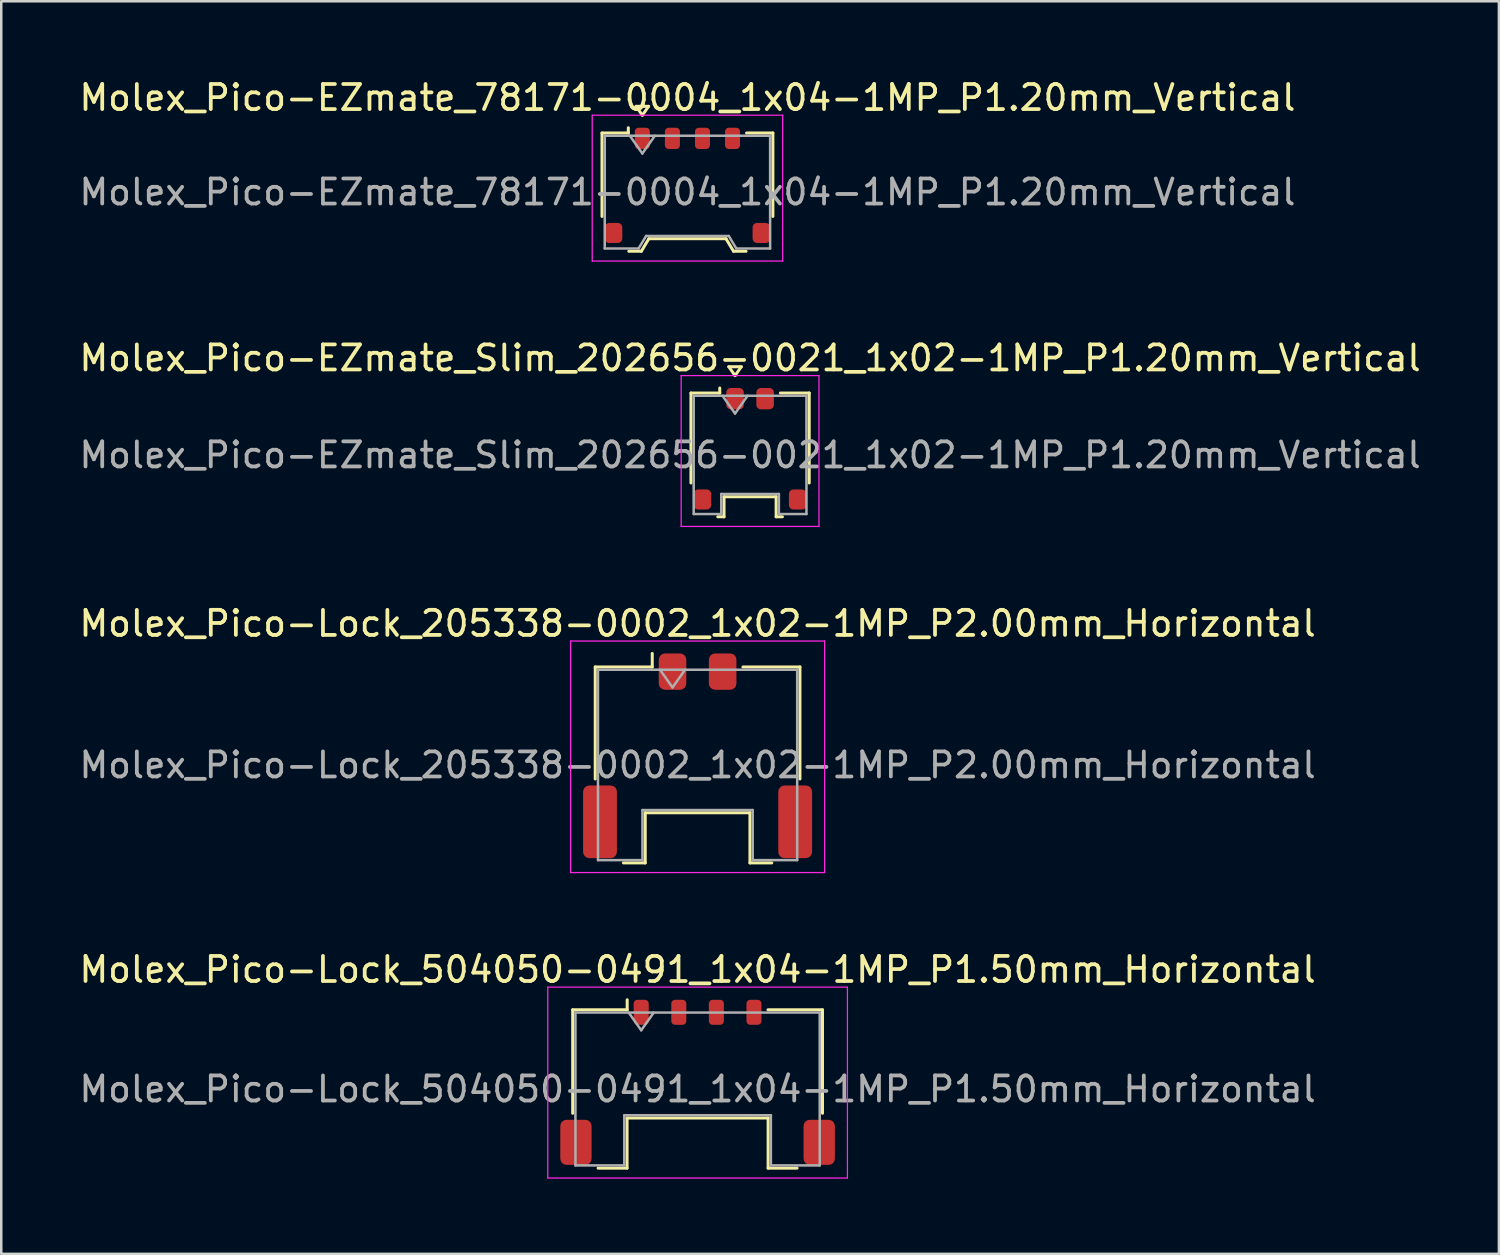
<source format=kicad_pcb>
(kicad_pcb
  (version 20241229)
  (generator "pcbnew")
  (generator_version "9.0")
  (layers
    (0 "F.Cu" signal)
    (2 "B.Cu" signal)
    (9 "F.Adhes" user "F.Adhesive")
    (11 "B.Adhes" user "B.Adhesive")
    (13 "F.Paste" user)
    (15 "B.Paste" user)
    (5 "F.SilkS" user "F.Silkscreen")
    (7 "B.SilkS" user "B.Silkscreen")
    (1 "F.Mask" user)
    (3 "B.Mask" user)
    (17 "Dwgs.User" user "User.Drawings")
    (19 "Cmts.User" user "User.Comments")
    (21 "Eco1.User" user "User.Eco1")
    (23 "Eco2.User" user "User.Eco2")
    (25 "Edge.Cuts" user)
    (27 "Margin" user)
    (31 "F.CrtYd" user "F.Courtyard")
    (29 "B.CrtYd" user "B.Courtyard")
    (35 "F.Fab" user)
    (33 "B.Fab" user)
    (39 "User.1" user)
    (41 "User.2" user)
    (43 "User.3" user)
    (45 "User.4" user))
  (footprint "Molex_Pico-Lock_504050-0491_1x04-1MP_P1.50mm_Horizontal"
    (layer "F.Cu")
    (at 24.792 40.148)
    (property "Reference" "Molex_Pico-Lock_504050-0491_1x04-1MP_P1.50mm_Horizontal" (at 0 -4.5 0) (layer "F.SilkS") (effects (font (size 1 1) (thickness 0.15))))
    (attr smd)
    (fp_line (start -4.985 -2.895) (end -2.81 -2.895) (stroke (width 0.12) (type solid)) (layer "F.SilkS"))
    (fp_line (start -4.985 1.235) (end -4.985 -2.895) (stroke (width 0.12) (type solid)) (layer "F.SilkS"))
    (fp_line (start -3.97 3.425) (end -2.815 3.425) (stroke (width 0.12) (type solid)) (layer "F.SilkS"))
    (fp_line (start -2.815 1.425) (end 2.815 1.425) (stroke (width 0.12) (type solid)) (layer "F.SilkS"))
    (fp_line (start -2.815 3.425) (end -2.815 1.425) (stroke (width 0.12) (type solid)) (layer "F.SilkS"))
    (fp_line (start -2.81 -2.895) (end -2.81 -3.295) (stroke (width 0.12) (type solid)) (layer "F.SilkS"))
    (fp_line (start 2.815 1.425) (end 2.815 3.425) (stroke (width 0.12) (type solid)) (layer "F.SilkS"))
    (fp_line (start 2.815 3.425) (end 3.97 3.425) (stroke (width 0.12) (type solid)) (layer "F.SilkS"))
    (fp_line (start 4.985 -2.895) (end 2.81 -2.895) (stroke (width 0.12) (type solid)) (layer "F.SilkS"))
    (fp_line (start 4.985 1.235) (end 4.985 -2.895) (stroke (width 0.12) (type solid)) (layer "F.SilkS"))
    (fp_line (start -5.98 -3.8) (end -5.98 3.82) (stroke (width 0.05) (type solid)) (layer "F.CrtYd"))
    (fp_line (start -5.98 3.82) (end 5.98 3.82) (stroke (width 0.05) (type solid)) (layer "F.CrtYd"))
    (fp_line (start 5.98 -3.8) (end -5.98 -3.8) (stroke (width 0.05) (type solid)) (layer "F.CrtYd"))
    (fp_line (start 5.98 3.82) (end 5.98 -3.8) (stroke (width 0.05) (type solid)) (layer "F.CrtYd"))
    (fp_line (start -4.875 -2.785) (end -4.875 3.315) (stroke (width 0.1) (type solid)) (layer "F.Fab"))
    (fp_line (start -4.875 -2.785) (end 4.875 -2.785) (stroke (width 0.1) (type solid)) (layer "F.Fab"))
    (fp_line (start -4.875 3.315) (end -2.925 3.315) (stroke (width 0.1) (type solid)) (layer "F.Fab"))
    (fp_line (start -2.925 1.315) (end 2.925 1.315) (stroke (width 0.1) (type solid)) (layer "F.Fab"))
    (fp_line (start -2.925 3.315) (end -2.925 1.315) (stroke (width 0.1) (type solid)) (layer "F.Fab"))
    (fp_line (start -2.75 -2.785) (end -2.25 -2.078) (stroke (width 0.1) (type solid)) (layer "F.Fab"))
    (fp_line (start -2.25 -2.078) (end -1.75 -2.785) (stroke (width 0.1) (type solid)) (layer "F.Fab"))
    (fp_line (start 2.925 1.315) (end 2.925 3.315) (stroke (width 0.1) (type solid)) (layer "F.Fab"))
    (fp_line (start 2.925 3.315) (end 4.875 3.315) (stroke (width 0.1) (type solid)) (layer "F.Fab"))
    (fp_line (start 4.875 -2.785) (end 4.875 3.315) (stroke (width 0.1) (type solid)) (layer "F.Fab"))
    (fp_text user "${REFERENCE}" (at 0 0.27 0) (layer "F.Fab") (effects (font (size 1 1) (thickness 0.15))))
    (pad "1" smd roundrect (at -2.25 -2.795) (size 0.6 1) (layers "F.Cu" "F.Mask" "F.Paste") (roundrect_rratio 0.25))
    (pad "2" smd roundrect (at -0.75 -2.795) (size 0.6 1) (layers "F.Cu" "F.Mask" "F.Paste") (roundrect_rratio 0.25))
    (pad "3" smd roundrect (at 0.75 -2.795) (size 0.6 1) (layers "F.Cu" "F.Mask" "F.Paste") (roundrect_rratio 0.25))
    (pad "4" smd roundrect (at 2.25 -2.795) (size 0.6 1) (layers "F.Cu" "F.Mask" "F.Paste") (roundrect_rratio 0.25))
    (pad "MP" smd roundrect (at -4.855 2.395) (size 1.25 1.8) (layers "F.Cu" "F.Mask" "F.Paste") (roundrect_rratio 0.2))
    (pad "MP" smd roundrect (at 4.855 2.395) (size 1.25 1.8) (layers "F.Cu" "F.Mask" "F.Paste") (roundrect_rratio 0.2)))
  (footprint "Molex_Pico-EZmate_78171-0004_1x04-1MP_P1.20mm_Vertical"
    (layer "F.Cu")
    (at 24.387 4.348)
    (property "Reference" "Molex_Pico-EZmate_78171-0004_1x04-1MP_P1.20mm_Vertical" (at 0 -3.5 0) (layer "F.SilkS") (effects (font (size 1 1) (thickness 0.15))))
    (attr smd)
    (fp_line (start -3.41 -2.09) (end -2.36 -2.09) (stroke (width 0.12) (type solid)) (layer "F.SilkS"))
    (fp_line (start -3.41 1.24) (end -3.41 -2.09) (stroke (width 0.12) (type solid)) (layer "F.SilkS"))
    (fp_line (start -2.36 -2.09) (end -2.36 -2.3) (stroke (width 0.12) (type solid)) (layer "F.SilkS"))
    (fp_line (start -2.34 2.63) (end -1.84 2.63) (stroke (width 0.12) (type solid)) (layer "F.SilkS"))
    (fp_line (start -2.05 -3.154) (end -1.8 -2.8) (stroke (width 0.12) (type solid)) (layer "F.SilkS"))
    (fp_line (start -1.84 2.63) (end -1.54 2.13) (stroke (width 0.12) (type solid)) (layer "F.SilkS"))
    (fp_line (start -1.8 -2.8) (end -1.55 -3.154) (stroke (width 0.12) (type solid)) (layer "F.SilkS"))
    (fp_line (start -1.55 -3.154) (end -2.05 -3.154) (stroke (width 0.12) (type solid)) (layer "F.SilkS"))
    (fp_line (start -1.54 2.13) (end 1.54 2.13) (stroke (width 0.12) (type solid)) (layer "F.SilkS"))
    (fp_line (start 1.54 2.13) (end 1.84 2.63) (stroke (width 0.12) (type solid)) (layer "F.SilkS"))
    (fp_line (start 1.84 2.63) (end 2.34 2.63) (stroke (width 0.12) (type solid)) (layer "F.SilkS"))
    (fp_line (start 3.41 -2.09) (end 2.36 -2.09) (stroke (width 0.12) (type solid)) (layer "F.SilkS"))
    (fp_line (start 3.41 1.24) (end 3.41 -2.09) (stroke (width 0.12) (type solid)) (layer "F.SilkS"))
    (fp_line (start -3.8 -2.8) (end -3.8 3.02) (stroke (width 0.05) (type solid)) (layer "F.CrtYd"))
    (fp_line (start -3.8 3.02) (end 3.8 3.02) (stroke (width 0.05) (type solid)) (layer "F.CrtYd"))
    (fp_line (start 3.8 -2.8) (end -3.8 -2.8) (stroke (width 0.05) (type solid)) (layer "F.CrtYd"))
    (fp_line (start 3.8 3.02) (end 3.8 -2.8) (stroke (width 0.05) (type solid)) (layer "F.CrtYd"))
    (fp_line (start -3.3 -1.98) (end -3.3 2.52) (stroke (width 0.1) (type solid)) (layer "F.Fab"))
    (fp_line (start -3.3 -1.98) (end 3.3 -1.98) (stroke (width 0.1) (type solid)) (layer "F.Fab"))
    (fp_line (start -3.3 2.52) (end -1.95 2.52) (stroke (width 0.1) (type solid)) (layer "F.Fab"))
    (fp_line (start -2.3 -1.98) (end -1.8 -1.273) (stroke (width 0.1) (type solid)) (layer "F.Fab"))
    (fp_line (start -1.95 2.52) (end -1.65 2.02) (stroke (width 0.1) (type solid)) (layer "F.Fab"))
    (fp_line (start -1.8 -1.273) (end -1.3 -1.98) (stroke (width 0.1) (type solid)) (layer "F.Fab"))
    (fp_line (start -1.65 2.02) (end 1.65 2.02) (stroke (width 0.1) (type solid)) (layer "F.Fab"))
    (fp_line (start 1.65 2.02) (end 1.95 2.52) (stroke (width 0.1) (type solid)) (layer "F.Fab"))
    (fp_line (start 1.95 2.52) (end 3.3 2.52) (stroke (width 0.1) (type solid)) (layer "F.Fab"))
    (fp_line (start 3.3 -1.98) (end 3.3 2.52) (stroke (width 0.1) (type solid)) (layer "F.Fab"))
    (fp_text user "${REFERENCE}" (at 0 0.27 0) (layer "F.Fab") (effects (font (size 1 1) (thickness 0.15))))
    (pad "1" smd roundrect (at -1.8 -1.875) (size 0.6 0.85) (layers "F.Cu" "F.Mask" "F.Paste") (roundrect_rratio 0.25))
    (pad "2" smd roundrect (at -0.6 -1.875) (size 0.6 0.85) (layers "F.Cu" "F.Mask" "F.Paste") (roundrect_rratio 0.25))
    (pad "3" smd roundrect (at 0.6 -1.875) (size 0.6 0.85) (layers "F.Cu" "F.Mask" "F.Paste") (roundrect_rratio 0.25))
    (pad "4" smd roundrect (at 1.8 -1.875) (size 0.6 0.85) (layers "F.Cu" "F.Mask" "F.Paste") (roundrect_rratio 0.25))
    (pad "MP" smd roundrect (at -2.95 1.9) (size 0.7 0.8) (layers "F.Cu" "F.Mask" "F.Paste") (roundrect_rratio 0.25))
    (pad "MP" smd roundrect (at 2.95 1.9) (size 0.7 0.8) (layers "F.Cu" "F.Mask" "F.Paste") (roundrect_rratio 0.25)))
  (footprint "Molex_Pico-Lock_205338-0002_1x02-1MP_P2.00mm_Horizontal"
    (layer "F.Cu")
    (at 24.792 27.115)
    (property "Reference" "Molex_Pico-Lock_205338-0002_1x02-1MP_P2.00mm_Horizontal" (at 0 -5.28 0) (layer "F.SilkS") (effects (font (size 1 1) (thickness 0.15))))
    (attr smd)
    (fp_line (start -4.085 -3.545) (end -1.81 -3.545) (stroke (width 0.12) (type solid)) (layer "F.SilkS"))
    (fp_line (start -4.085 0.925) (end -4.085 -3.545) (stroke (width 0.12) (type solid)) (layer "F.SilkS"))
    (fp_line (start -2.96 4.275) (end -2.09 4.275) (stroke (width 0.12) (type solid)) (layer "F.SilkS"))
    (fp_line (start -2.09 2.275) (end 2.09 2.275) (stroke (width 0.12) (type solid)) (layer "F.SilkS"))
    (fp_line (start -2.09 4.275) (end -2.09 2.275) (stroke (width 0.12) (type solid)) (layer "F.SilkS"))
    (fp_line (start -1.81 -3.545) (end -1.81 -4.085) (stroke (width 0.12) (type solid)) (layer "F.SilkS"))
    (fp_line (start 2.09 2.275) (end 2.09 4.275) (stroke (width 0.12) (type solid)) (layer "F.SilkS"))
    (fp_line (start 2.09 4.275) (end 2.96 4.275) (stroke (width 0.12) (type solid)) (layer "F.SilkS"))
    (fp_line (start 4.085 -3.545) (end 1.81 -3.545) (stroke (width 0.12) (type solid)) (layer "F.SilkS"))
    (fp_line (start 4.085 0.925) (end 4.085 -3.545) (stroke (width 0.12) (type solid)) (layer "F.SilkS"))
    (fp_line (start -5.07 -4.58) (end -5.07 4.66) (stroke (width 0.05) (type solid)) (layer "F.CrtYd"))
    (fp_line (start -5.07 4.66) (end 5.07 4.66) (stroke (width 0.05) (type solid)) (layer "F.CrtYd"))
    (fp_line (start 5.07 -4.58) (end -5.07 -4.58) (stroke (width 0.05) (type solid)) (layer "F.CrtYd"))
    (fp_line (start 5.07 4.66) (end 5.07 -4.58) (stroke (width 0.05) (type solid)) (layer "F.CrtYd"))
    (fp_line (start -3.975 -3.435) (end -3.975 4.165) (stroke (width 0.1) (type solid)) (layer "F.Fab"))
    (fp_line (start -3.975 -3.435) (end 3.975 -3.435) (stroke (width 0.1) (type solid)) (layer "F.Fab"))
    (fp_line (start -3.975 4.165) (end -2.2 4.165) (stroke (width 0.1) (type solid)) (layer "F.Fab"))
    (fp_line (start -2.2 2.165) (end 2.2 2.165) (stroke (width 0.1) (type solid)) (layer "F.Fab"))
    (fp_line (start -2.2 4.165) (end -2.2 2.165) (stroke (width 0.1) (type solid)) (layer "F.Fab"))
    (fp_line (start -1.5 -3.435) (end -1 -2.728) (stroke (width 0.1) (type solid)) (layer "F.Fab"))
    (fp_line (start -1 -2.728) (end -0.5 -3.435) (stroke (width 0.1) (type solid)) (layer "F.Fab"))
    (fp_line (start 2.2 2.165) (end 2.2 4.165) (stroke (width 0.1) (type solid)) (layer "F.Fab"))
    (fp_line (start 2.2 4.165) (end 3.975 4.165) (stroke (width 0.1) (type solid)) (layer "F.Fab"))
    (fp_line (start 3.975 -3.435) (end 3.975 4.165) (stroke (width 0.1) (type solid)) (layer "F.Fab"))
    (fp_text user "${REFERENCE}" (at 0 0.37 0) (layer "F.Fab") (effects (font (size 1 1) (thickness 0.15))))
    (pad "1" smd roundrect (at -1 -3.36) (size 1.1 1.45) (layers "F.Cu" "F.Mask" "F.Paste") (roundrect_rratio 0.227))
    (pad "2" smd roundrect (at 1 -3.36) (size 1.1 1.45) (layers "F.Cu" "F.Mask" "F.Paste") (roundrect_rratio 0.227))
    (pad "MP" smd roundrect (at -3.895 2.635) (size 1.35 2.9) (layers "F.Cu" "F.Mask" "F.Paste") (roundrect_rratio 0.185))
    (pad "MP" smd roundrect (at 3.895 2.635) (size 1.35 2.9) (layers "F.Cu" "F.Mask" "F.Paste") (roundrect_rratio 0.185)))
  (footprint "Molex_Pico-EZmate_Slim_202656-0021_1x02-1MP_P1.20mm_Vertical"
    (layer "F.Cu")
    (at 26.887 14.861)
    (property "Reference" "Molex_Pico-EZmate_Slim_202656-0021_1x02-1MP_P1.20mm_Vertical" (at 0 -3.62 0) (layer "F.SilkS") (effects (font (size 1 1) (thickness 0.15))))
    (attr smd)
    (fp_line (start -2.36 -2.225) (end -1.21 -2.225) (stroke (width 0.12) (type solid)) (layer "F.SilkS"))
    (fp_line (start -2.36 1.365) (end -2.36 -2.225) (stroke (width 0.12) (type solid)) (layer "F.SilkS"))
    (fp_line (start -1.29 2.715) (end -1.04 2.715) (stroke (width 0.12) (type solid)) (layer "F.SilkS"))
    (fp_line (start -1.21 -2.225) (end -1.21 -2.425) (stroke (width 0.12) (type solid)) (layer "F.SilkS"))
    (fp_line (start -1.04 1.915) (end 1.04 1.915) (stroke (width 0.12) (type solid)) (layer "F.SilkS"))
    (fp_line (start -1.04 2.715) (end -1.04 1.915) (stroke (width 0.12) (type solid)) (layer "F.SilkS"))
    (fp_line (start -0.85 -3.274) (end -0.6 -2.92) (stroke (width 0.12) (type solid)) (layer "F.SilkS"))
    (fp_line (start -0.6 -2.92) (end -0.35 -3.274) (stroke (width 0.12) (type solid)) (layer "F.SilkS"))
    (fp_line (start -0.35 -3.274) (end -0.85 -3.274) (stroke (width 0.12) (type solid)) (layer "F.SilkS"))
    (fp_line (start 1.04 1.915) (end 1.04 2.715) (stroke (width 0.12) (type solid)) (layer "F.SilkS"))
    (fp_line (start 1.04 2.715) (end 1.29 2.715) (stroke (width 0.12) (type solid)) (layer "F.SilkS"))
    (fp_line (start 2.36 -2.225) (end 1.21 -2.225) (stroke (width 0.12) (type solid)) (layer "F.SilkS"))
    (fp_line (start 2.36 1.365) (end 2.36 -2.225) (stroke (width 0.12) (type solid)) (layer "F.SilkS"))
    (fp_line (start -2.75 -2.92) (end -2.75 3.1) (stroke (width 0.05) (type solid)) (layer "F.CrtYd"))
    (fp_line (start -2.75 3.1) (end 2.75 3.1) (stroke (width 0.05) (type solid)) (layer "F.CrtYd"))
    (fp_line (start 2.75 -2.92) (end -2.75 -2.92) (stroke (width 0.05) (type solid)) (layer "F.CrtYd"))
    (fp_line (start 2.75 3.1) (end 2.75 -2.92) (stroke (width 0.05) (type solid)) (layer "F.CrtYd"))
    (fp_line (start -2.25 -2.115) (end -2.25 2.605) (stroke (width 0.1) (type solid)) (layer "F.Fab"))
    (fp_line (start -2.25 -2.115) (end 2.25 -2.115) (stroke (width 0.1) (type solid)) (layer "F.Fab"))
    (fp_line (start -2.25 2.605) (end -1.15 2.605) (stroke (width 0.1) (type solid)) (layer "F.Fab"))
    (fp_line (start -1.15 1.805) (end 1.15 1.805) (stroke (width 0.1) (type solid)) (layer "F.Fab"))
    (fp_line (start -1.15 2.605) (end -1.15 1.805) (stroke (width 0.1) (type solid)) (layer "F.Fab"))
    (fp_line (start -1.1 -2.115) (end -0.6 -1.408) (stroke (width 0.1) (type solid)) (layer "F.Fab"))
    (fp_line (start -0.6 -1.408) (end -0.1 -2.115) (stroke (width 0.1) (type solid)) (layer "F.Fab"))
    (fp_line (start 1.15 1.805) (end 1.15 2.605) (stroke (width 0.1) (type solid)) (layer "F.Fab"))
    (fp_line (start 1.15 2.605) (end 2.25 2.605) (stroke (width 0.1) (type solid)) (layer "F.Fab"))
    (fp_line (start 2.25 -2.115) (end 2.25 2.605) (stroke (width 0.1) (type solid)) (layer "F.Fab"))
    (fp_text user "${REFERENCE}" (at 0 0.25 0) (layer "F.Fab") (effects (font (size 1 1) (thickness 0.15))))
    (pad "1" smd roundrect (at -0.6 -2) (size 0.7 0.85) (layers "F.Cu" "F.Mask" "F.Paste") (roundrect_rratio 0.25))
    (pad "2" smd roundrect (at 0.6 -2) (size 0.7 0.85) (layers "F.Cu" "F.Mask" "F.Paste") (roundrect_rratio 0.25))
    (pad "MP" smd roundrect (at -1.9 2.025) (size 0.7 0.8) (layers "F.Cu" "F.Mask" "F.Paste") (roundrect_rratio 0.25))
    (pad "MP" smd roundrect (at 1.9 2.025) (size 0.7 0.8) (layers "F.Cu" "F.Mask" "F.Paste") (roundrect_rratio 0.25)))
  (gr_rect
    (start -3 -3)
    (end 56.774 46.993)
    (stroke (width 0.1) (type default))
    (fill no)
    (layer "Edge.Cuts")))
</source>
